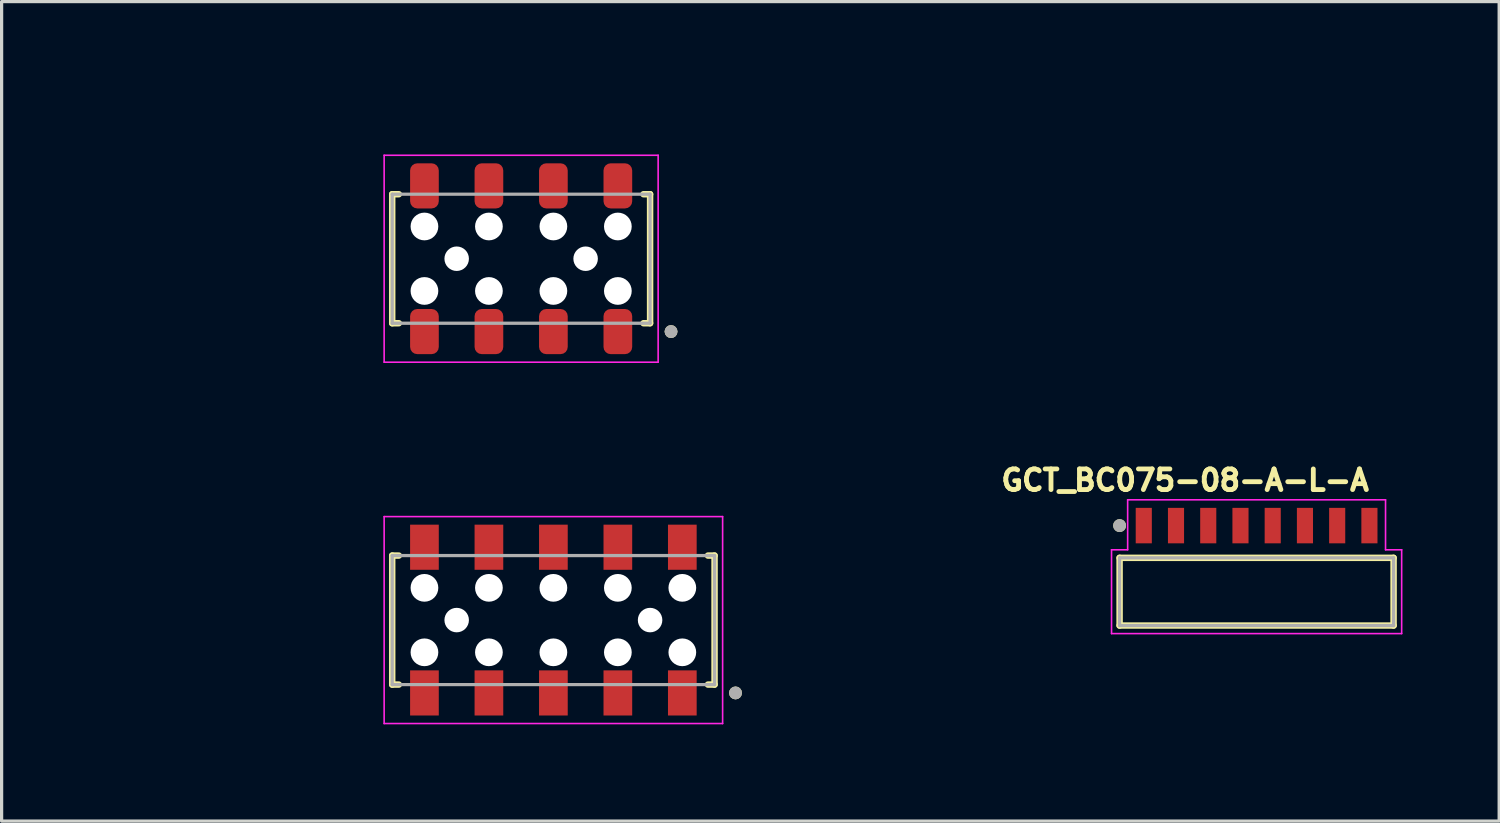
<source format=kicad_pcb>
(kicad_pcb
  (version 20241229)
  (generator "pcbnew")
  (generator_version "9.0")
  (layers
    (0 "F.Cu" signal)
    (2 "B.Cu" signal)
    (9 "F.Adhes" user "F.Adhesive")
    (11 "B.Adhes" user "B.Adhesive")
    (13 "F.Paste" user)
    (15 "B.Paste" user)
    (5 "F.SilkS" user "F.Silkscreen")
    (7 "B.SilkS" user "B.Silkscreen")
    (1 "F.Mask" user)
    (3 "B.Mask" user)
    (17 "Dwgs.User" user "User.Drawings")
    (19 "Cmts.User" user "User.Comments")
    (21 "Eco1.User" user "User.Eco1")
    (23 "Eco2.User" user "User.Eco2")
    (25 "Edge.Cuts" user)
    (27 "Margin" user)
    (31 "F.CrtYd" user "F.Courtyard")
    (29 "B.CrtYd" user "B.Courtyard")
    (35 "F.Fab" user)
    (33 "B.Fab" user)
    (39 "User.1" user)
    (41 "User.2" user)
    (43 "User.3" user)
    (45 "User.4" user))
  (footprint "CLT-104-02-F-D-BE-A-K-TR"
    (layer "F.Cu")
    (at 13.117 4.976)
    (property "Reference" "CLT-104-02-F-D-BE-A-K-TR" (at -0.682 -4.128 0) (layer "User.2") (effects (font (size 1 1) (thickness 0.15))))
    (attr through_hole)
    (fp_line (start -4 -2.001) (end -4 2.001) (stroke (width 0.2) (type solid)) (layer "F.SilkS"))
    (fp_line (start -4 2.001) (end -3.795 2.001) (stroke (width 0.2) (type solid)) (layer "F.SilkS"))
    (fp_line (start -3.795 -2.001) (end -4 -2.001) (stroke (width 0.2) (type solid)) (layer "F.SilkS"))
    (fp_line (start 3.795 2.001) (end 4 2.001) (stroke (width 0.2) (type solid)) (layer "F.SilkS"))
    (fp_line (start 4 -2.001) (end 3.795 -2.001) (stroke (width 0.2) (type solid)) (layer "F.SilkS"))
    (fp_line (start 4 2.001) (end 4 -2.001) (stroke (width 0.2) (type solid)) (layer "F.SilkS"))
    (fp_circle (center 4.65 2.26) (end 4.75 2.26) (stroke (width 0.2) (type solid)) (fill no) (layer "F.SilkS"))
    (fp_line (start -4.25 -3.21) (end -4.25 3.21) (stroke (width 0.05) (type solid)) (layer "F.CrtYd"))
    (fp_line (start -4.25 3.21) (end 4.25 3.21) (stroke (width 0.05) (type solid)) (layer "F.CrtYd"))
    (fp_line (start 4.25 -3.21) (end -4.25 -3.21) (stroke (width 0.05) (type solid)) (layer "F.CrtYd"))
    (fp_line (start 4.25 3.21) (end 4.25 -3.21) (stroke (width 0.05) (type solid)) (layer "F.CrtYd"))
    (fp_line (start -4 -2.001) (end -4 2.001) (stroke (width 0.1) (type solid)) (layer "F.Fab"))
    (fp_line (start -4 2.001) (end 4 2.001) (stroke (width 0.1) (type solid)) (layer "F.Fab"))
    (fp_line (start 4 -2.001) (end -4 -2.001) (stroke (width 0.1) (type solid)) (layer "F.Fab"))
    (fp_line (start 4 2.001) (end 4 -2.001) (stroke (width 0.1) (type solid)) (layer "F.Fab"))
    (fp_circle (center 4.65 2.26) (end 4.75 2.26) (stroke (width 0.2) (type solid)) (fill no) (layer "F.Fab"))
    (pad "" np_thru_hole circle (at -3 -1) (size 0.86 0.86) (drill 0.86) (layers "*.Cu" "*.Mask"))
    (pad "" np_thru_hole circle (at -3 1) (size 0.86 0.86) (drill 0.86) (layers "*.Cu" "*.Mask"))
    (pad "" np_thru_hole circle (at -2 0) (size 0.76 0.76) (drill 0.76) (layers "*.Cu" "*.Mask"))
    (pad "" np_thru_hole circle (at -1 -1) (size 0.86 0.86) (drill 0.86) (layers "*.Cu" "*.Mask"))
    (pad "" np_thru_hole circle (at -1 1) (size 0.86 0.86) (drill 0.86) (layers "*.Cu" "*.Mask"))
    (pad "" np_thru_hole circle (at 1 -1) (size 0.86 0.86) (drill 0.86) (layers "*.Cu" "*.Mask"))
    (pad "" np_thru_hole circle (at 1 1) (size 0.86 0.86) (drill 0.86) (layers "*.Cu" "*.Mask"))
    (pad "" np_thru_hole circle (at 2 0) (size 0.76 0.76) (drill 0.76) (layers "*.Cu" "*.Mask"))
    (pad "" np_thru_hole circle (at 3 -1) (size 0.86 0.86) (drill 0.86) (layers "*.Cu" "*.Mask"))
    (pad "" np_thru_hole circle (at 3 1) (size 0.86 0.86) (drill 0.86) (layers "*.Cu" "*.Mask"))
    (pad "1" smd roundrect (at 3 2.26) (size 0.89 1.4) (layers "F.Cu" "F.Mask" "F.Paste") (roundrect_rratio 0.25))
    (pad "2" smd roundrect (at 1 2.26) (size 0.89 1.4) (layers "F.Cu" "F.Mask" "F.Paste") (roundrect_rratio 0.25))
    (pad "3" smd roundrect (at -1 2.26) (size 0.89 1.4) (layers "F.Cu" "F.Mask" "F.Paste") (roundrect_rratio 0.25))
    (pad "4" smd roundrect (at -3 2.26) (size 0.89 1.4) (layers "F.Cu" "F.Mask" "F.Paste") (roundrect_rratio 0.25))
    (pad "5" smd roundrect (at 3 -2.26) (size 0.89 1.4) (layers "F.Cu" "F.Mask" "F.Paste") (roundrect_rratio 0.25))
    (pad "6" smd roundrect (at 1 -2.26) (size 0.89 1.4) (layers "F.Cu" "F.Mask" "F.Paste") (roundrect_rratio 0.25))
    (pad "7" smd roundrect (at -1 -2.26) (size 0.89 1.4) (layers "F.Cu" "F.Mask" "F.Paste") (roundrect_rratio 0.25))
    (pad "8" smd roundrect (at -3 -2.26) (size 0.89 1.4) (layers "F.Cu" "F.Mask" "F.Paste") (roundrect_rratio 0.25)))
  (footprint "GCT_BC075-08-A-L-A"
    (layer "F.Cu")
    (at 32.432 13.255)
    (property "Reference" "GCT_BC075-08-A-L-A" (at 1.282 -1.406 0) (layer "F.SilkS") (effects (font (size 0.64 0.64) (thickness 0.15))))
    (attr smd)
    (fp_line (start -0.75 1) (end -0.75 3.1) (stroke (width 0.2) (type solid)) (layer "F.SilkS"))
    (fp_line (start -0.75 3.1) (end 7.75 3.1) (stroke (width 0.2) (type solid)) (layer "F.SilkS"))
    (fp_line (start 7.75 1) (end -0.75 1) (stroke (width 0.2) (type solid)) (layer "F.SilkS"))
    (fp_line (start 7.75 3.1) (end 7.75 1) (stroke (width 0.2) (type solid)) (layer "F.SilkS"))
    (fp_circle (center -0.75 0) (end -0.65 0) (stroke (width 0.2) (type solid)) (fill no) (layer "F.SilkS"))
    (fp_line (start -1 0.75) (end -1 3.35) (stroke (width 0.05) (type solid)) (layer "F.CrtYd"))
    (fp_line (start -1 3.35) (end 8 3.35) (stroke (width 0.05) (type solid)) (layer "F.CrtYd"))
    (fp_line (start -0.5 -0.8) (end -0.5 0.75) (stroke (width 0.05) (type solid)) (layer "F.CrtYd"))
    (fp_line (start -0.5 0.75) (end -1 0.75) (stroke (width 0.05) (type solid)) (layer "F.CrtYd"))
    (fp_line (start 7.5 -0.8) (end -0.5 -0.8) (stroke (width 0.05) (type solid)) (layer "F.CrtYd"))
    (fp_line (start 7.5 0.75) (end 7.5 -0.8) (stroke (width 0.05) (type solid)) (layer "F.CrtYd"))
    (fp_line (start 8 0.75) (end 7.5 0.75) (stroke (width 0.05) (type solid)) (layer "F.CrtYd"))
    (fp_line (start 8 3.35) (end 8 0.75) (stroke (width 0.05) (type solid)) (layer "F.CrtYd"))
    (fp_line (start -0.75 1) (end -0.75 3.1) (stroke (width 0.1) (type solid)) (layer "F.Fab"))
    (fp_line (start -0.75 3.1) (end 7.75 3.1) (stroke (width 0.1) (type solid)) (layer "F.Fab"))
    (fp_line (start 7.75 1) (end -0.75 1) (stroke (width 0.1) (type solid)) (layer "F.Fab"))
    (fp_line (start 7.75 3.1) (end 7.75 1) (stroke (width 0.1) (type solid)) (layer "F.Fab"))
    (fp_circle (center -0.75 0) (end -0.65 0) (stroke (width 0.2) (type solid)) (fill no) (layer "F.Fab"))
    (pad "1" smd rect (at 0 0) (size 0.5 1.1) (layers "F.Cu" "F.Mask" "F.Paste"))
    (pad "2" smd rect (at 1 0) (size 0.5 1.1) (layers "F.Cu" "F.Mask" "F.Paste"))
    (pad "3" smd rect (at 2 0) (size 0.5 1.1) (layers "F.Cu" "F.Mask" "F.Paste"))
    (pad "4" smd rect (at 3 0) (size 0.5 1.1) (layers "F.Cu" "F.Mask" "F.Paste"))
    (pad "5" smd rect (at 4 0) (size 0.5 1.1) (layers "F.Cu" "F.Mask" "F.Paste"))
    (pad "6" smd rect (at 5 0) (size 0.5 1.1) (layers "F.Cu" "F.Mask" "F.Paste"))
    (pad "7" smd rect (at 6 0) (size 0.5 1.1) (layers "F.Cu" "F.Mask" "F.Paste"))
    (pad "8" smd rect (at 7 0) (size 0.5 1.1) (layers "F.Cu" "F.Mask" "F.Paste")))
  (footprint "CLT-105-02-F-D-BE-A-K-TR"
    (layer "F.Cu")
    (at 14.117 16.186)
    (property "Reference" "CLT-105-02-F-D-BE-A-K-TR" (at -1.683 -4.128 0) (layer "User.2") (effects (font (size 1 1) (thickness 0.15))))
    (attr through_hole)
    (fp_line (start -5 -2.001) (end -5 2.001) (stroke (width 0.2) (type solid)) (layer "F.SilkS"))
    (fp_line (start -5 2.001) (end -4.795 2.001) (stroke (width 0.2) (type solid)) (layer "F.SilkS"))
    (fp_line (start -4.795 -2.001) (end -5 -2.001) (stroke (width 0.2) (type solid)) (layer "F.SilkS"))
    (fp_line (start 4.795 2.001) (end 5 2.001) (stroke (width 0.2) (type solid)) (layer "F.SilkS"))
    (fp_line (start 5 -2.001) (end 4.795 -2.001) (stroke (width 0.2) (type solid)) (layer "F.SilkS"))
    (fp_line (start 5 2.001) (end 5 -2.001) (stroke (width 0.2) (type solid)) (layer "F.SilkS"))
    (fp_circle (center 5.65 2.26) (end 5.75 2.26) (stroke (width 0.2) (type solid)) (fill no) (layer "F.SilkS"))
    (fp_line (start -5.25 -3.21) (end -5.25 3.21) (stroke (width 0.05) (type solid)) (layer "F.CrtYd"))
    (fp_line (start -5.25 3.21) (end 5.25 3.21) (stroke (width 0.05) (type solid)) (layer "F.CrtYd"))
    (fp_line (start 5.25 -3.21) (end -5.25 -3.21) (stroke (width 0.05) (type solid)) (layer "F.CrtYd"))
    (fp_line (start 5.25 3.21) (end 5.25 -3.21) (stroke (width 0.05) (type solid)) (layer "F.CrtYd"))
    (fp_line (start -5 -2.001) (end -5 2.001) (stroke (width 0.1) (type solid)) (layer "F.Fab"))
    (fp_line (start -5 2.001) (end 5 2.001) (stroke (width 0.1) (type solid)) (layer "F.Fab"))
    (fp_line (start 5 -2.001) (end -5 -2.001) (stroke (width 0.1) (type solid)) (layer "F.Fab"))
    (fp_line (start 5 2.001) (end 5 -2.001) (stroke (width 0.1) (type solid)) (layer "F.Fab"))
    (fp_circle (center 5.65 2.26) (end 5.75 2.26) (stroke (width 0.2) (type solid)) (fill no) (layer "F.Fab"))
    (pad "" np_thru_hole circle (at -4 -1) (size 0.86 0.86) (drill 0.86) (layers "*.Cu" "*.Mask"))
    (pad "" np_thru_hole circle (at -4 1) (size 0.86 0.86) (drill 0.86) (layers "*.Cu" "*.Mask"))
    (pad "" np_thru_hole circle (at -3 0) (size 0.76 0.76) (drill 0.76) (layers "*.Cu" "*.Mask"))
    (pad "" np_thru_hole circle (at -2 -1) (size 0.86 0.86) (drill 0.86) (layers "*.Cu" "*.Mask"))
    (pad "" np_thru_hole circle (at -2 1) (size 0.86 0.86) (drill 0.86) (layers "*.Cu" "*.Mask"))
    (pad "" np_thru_hole circle (at 0 -1) (size 0.86 0.86) (drill 0.86) (layers "*.Cu" "*.Mask"))
    (pad "" np_thru_hole circle (at 0 1) (size 0.86 0.86) (drill 0.86) (layers "*.Cu" "*.Mask"))
    (pad "" np_thru_hole circle (at 2 -1) (size 0.86 0.86) (drill 0.86) (layers "*.Cu" "*.Mask"))
    (pad "" np_thru_hole circle (at 2 1) (size 0.86 0.86) (drill 0.86) (layers "*.Cu" "*.Mask"))
    (pad "" np_thru_hole circle (at 3 0) (size 0.76 0.76) (drill 0.76) (layers "*.Cu" "*.Mask"))
    (pad "" np_thru_hole circle (at 4 -1) (size 0.86 0.86) (drill 0.86) (layers "*.Cu" "*.Mask"))
    (pad "" np_thru_hole circle (at 4 1) (size 0.86 0.86) (drill 0.86) (layers "*.Cu" "*.Mask"))
    (pad "1" smd rect (at 4 2.26) (size 0.89 1.4) (layers "F.Cu" "F.Mask" "F.Paste"))
    (pad "2" smd rect (at 4 -2.26) (size 0.89 1.4) (layers "F.Cu" "F.Mask" "F.Paste"))
    (pad "3" smd rect (at 2 2.26) (size 0.89 1.4) (layers "F.Cu" "F.Mask" "F.Paste"))
    (pad "4" smd rect (at 2 -2.26) (size 0.89 1.4) (layers "F.Cu" "F.Mask" "F.Paste"))
    (pad "5" smd rect (at 0 2.26) (size 0.89 1.4) (layers "F.Cu" "F.Mask" "F.Paste"))
    (pad "6" smd rect (at 0 -2.26) (size 0.89 1.4) (layers "F.Cu" "F.Mask" "F.Paste"))
    (pad "7" smd rect (at -2 2.26) (size 0.89 1.4) (layers "F.Cu" "F.Mask" "F.Paste"))
    (pad "8" smd rect (at -2 -2.26) (size 0.89 1.4) (layers "F.Cu" "F.Mask" "F.Paste"))
    (pad "9" smd rect (at -4 2.26) (size 0.89 1.4) (layers "F.Cu" "F.Mask" "F.Paste"))
    (pad "10" smd rect (at -4 -2.26) (size 0.89 1.4) (layers "F.Cu" "F.Mask" "F.Paste")))
  (gr_rect
    (start -3 -3)
    (end 43.457 22.422)
    (stroke (width 0.1) (type default))
    (fill no)
    (layer "Edge.Cuts")))
</source>
